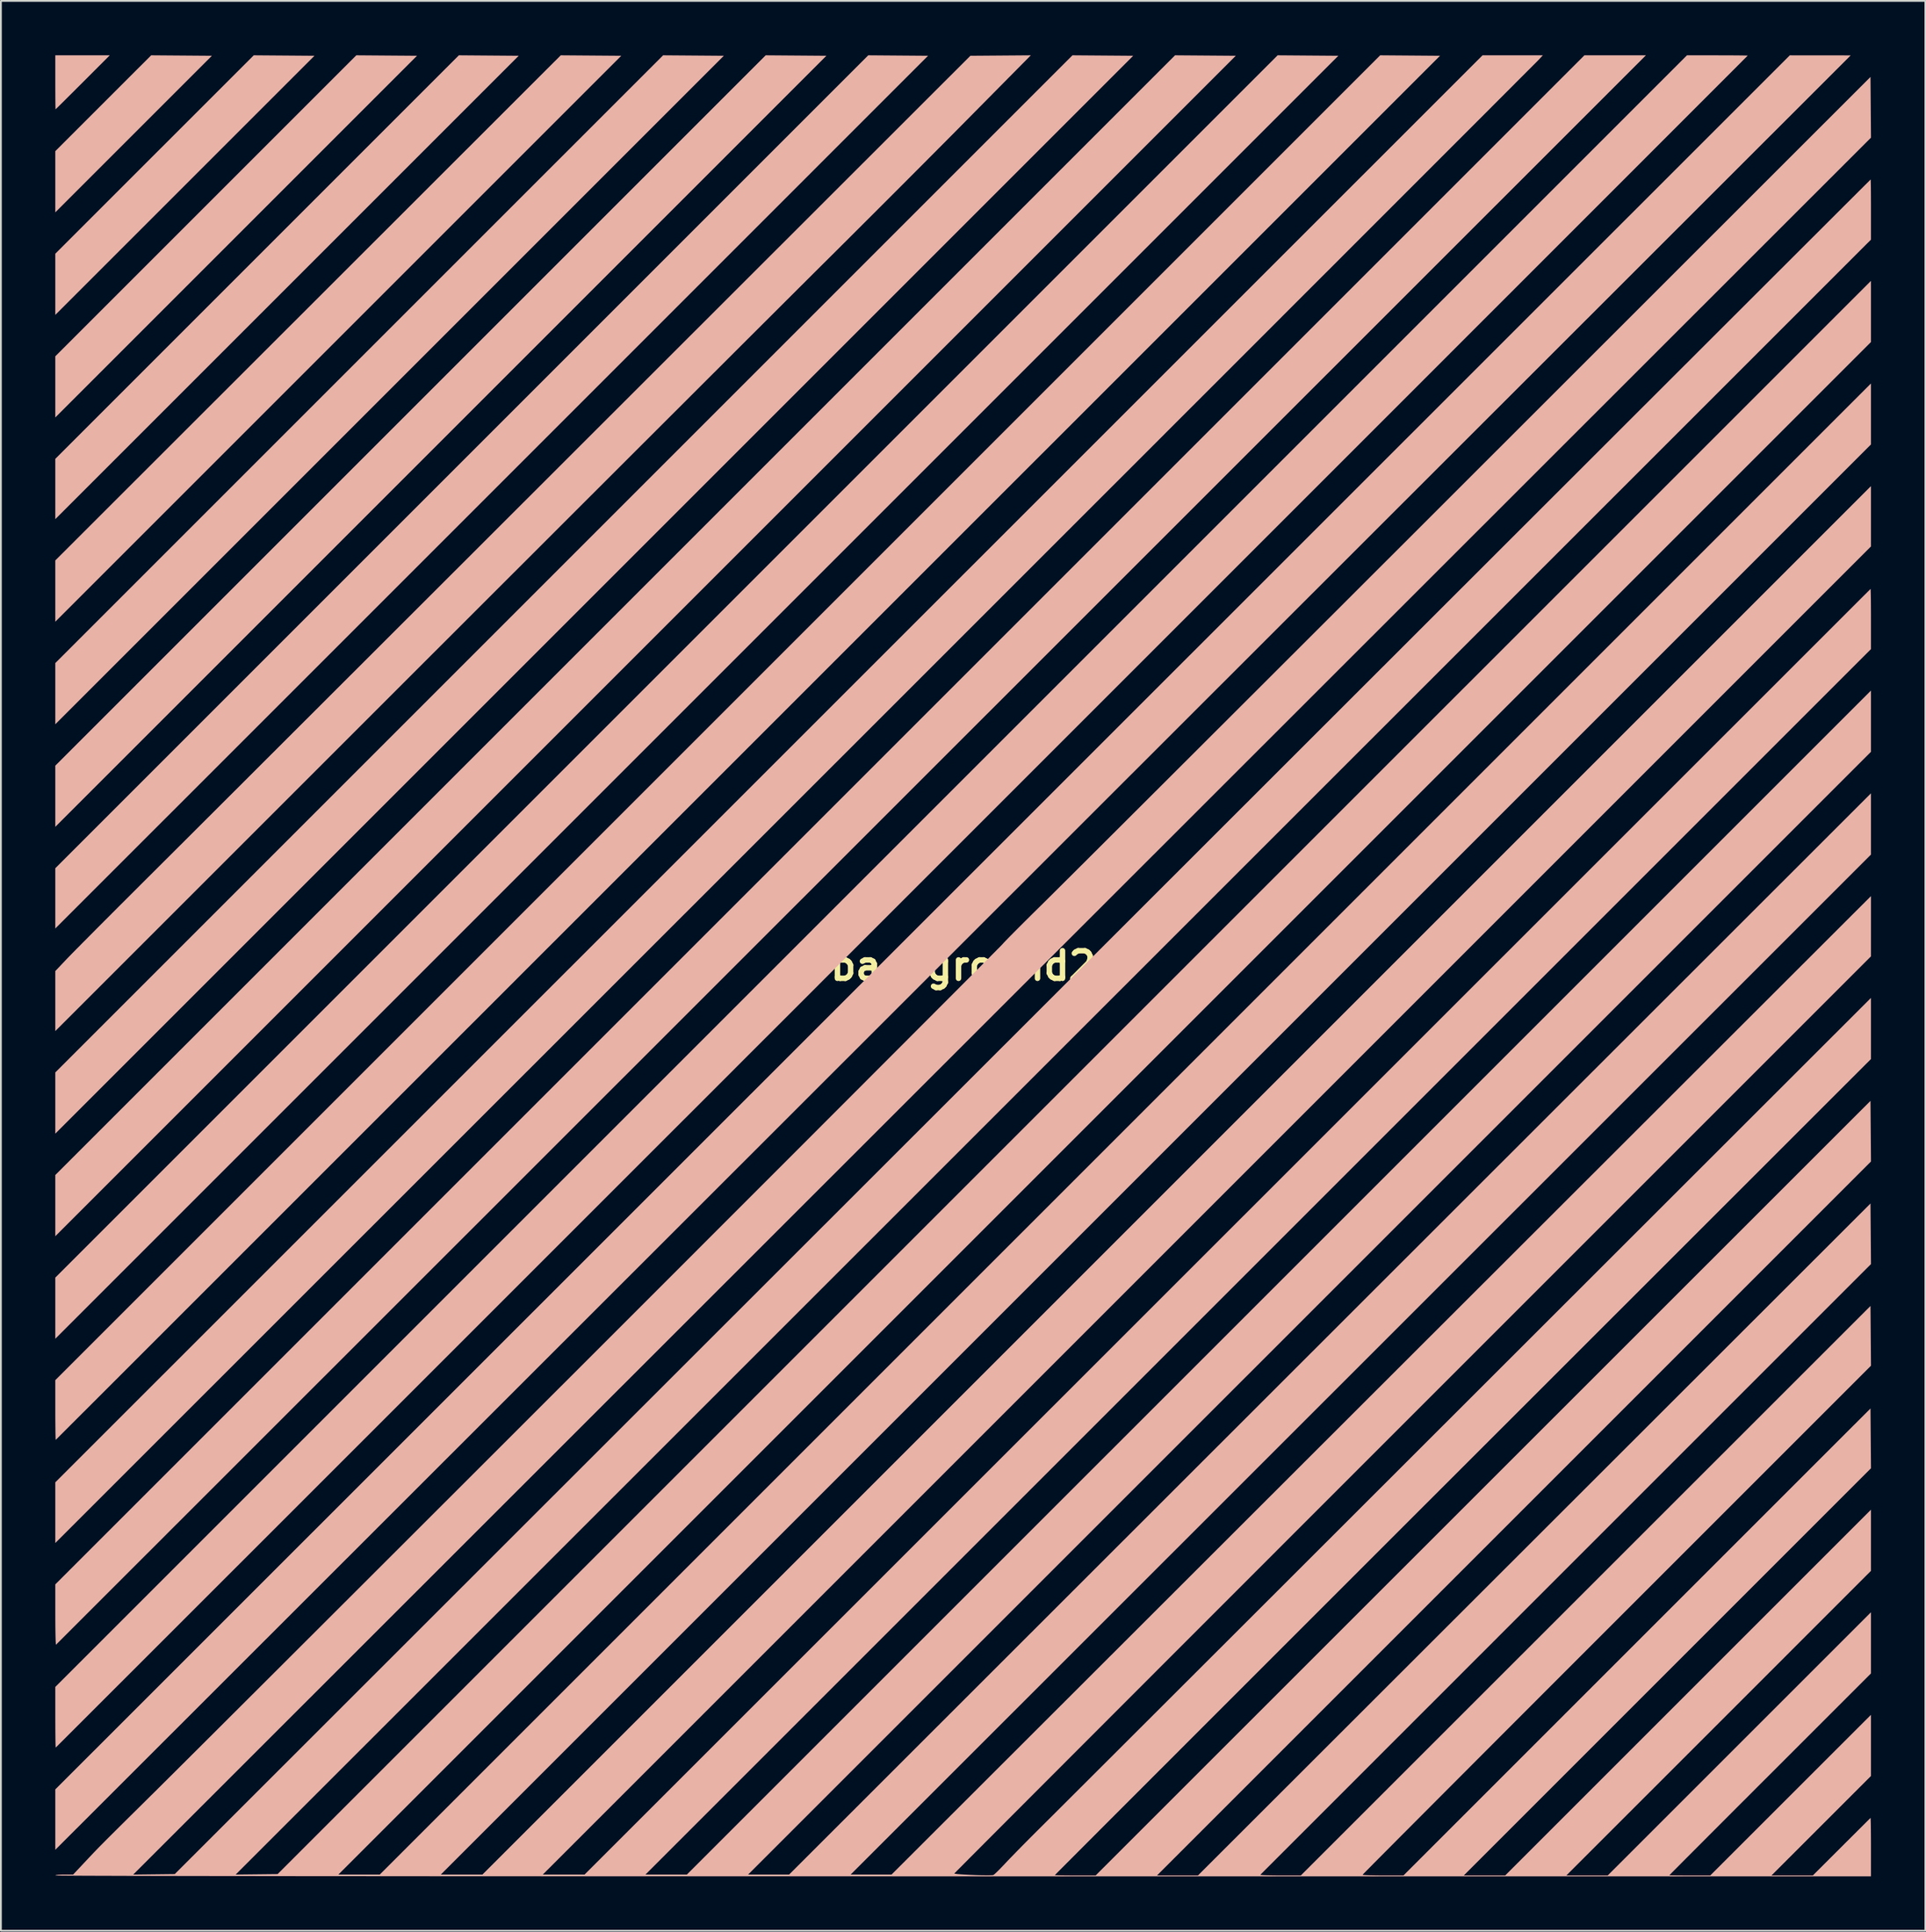
<source format=kicad_pcb>
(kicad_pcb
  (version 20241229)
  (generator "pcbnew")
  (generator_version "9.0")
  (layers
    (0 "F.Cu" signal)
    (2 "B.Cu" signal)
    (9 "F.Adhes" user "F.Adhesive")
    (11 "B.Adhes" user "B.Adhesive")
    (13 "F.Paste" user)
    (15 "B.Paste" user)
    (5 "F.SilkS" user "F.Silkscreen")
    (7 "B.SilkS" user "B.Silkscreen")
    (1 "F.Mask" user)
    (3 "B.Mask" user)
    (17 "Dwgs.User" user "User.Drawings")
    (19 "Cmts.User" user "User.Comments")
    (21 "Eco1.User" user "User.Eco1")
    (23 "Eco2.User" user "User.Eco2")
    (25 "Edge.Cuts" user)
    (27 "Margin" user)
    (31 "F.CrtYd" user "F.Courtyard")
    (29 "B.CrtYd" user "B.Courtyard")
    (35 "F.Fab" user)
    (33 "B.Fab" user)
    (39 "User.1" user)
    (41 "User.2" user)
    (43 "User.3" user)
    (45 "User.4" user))
  (footprint "background2"
    (layer "F.Cu")
    (at 50.056 50.206)
    (property "Reference" "background2" (at 0 0 0) (layer "F.SilkS") (effects (font (size 1.524 1.524) (thickness 0.3))))
    (attr board_only exclude_from_pos_files exclude_from_bom)
    (fp_poly (pts (xy -30.113 -50.18) (xy -50.056 -30.237) (xy -50.056 -33.61) (xy -33.46 -50.206)) (stroke (width 0) (type solid)) (fill yes) (layer "B.SilkS"))
    (fp_poly (pts (xy -43.097 -50.193) (xy -41.424 -50.18) (xy -50.056 -41.548) (xy -50.056 -44.922) (xy -47.413 -47.564) (xy -44.771 -50.206)) (stroke (width 0) (type solid)) (fill yes) (layer "B.SilkS"))
    (fp_poly (pts (xy -24.507 -50.18) (xy -37.281 -37.406) (xy -50.056 -24.631) (xy -50.056 -27.955) (xy -38.93 -39.081) (xy -27.805 -50.206)) (stroke (width 0) (type solid)) (fill yes) (layer "B.SilkS"))
    (fp_poly (pts (xy -13.196 -50.18) (xy -31.626 -31.75) (xy -50.056 -13.32) (xy -50.056 -16.694) (xy -33.3 -33.45) (xy -16.543 -50.206)) (stroke (width 0) (type solid)) (fill yes) (layer "B.SilkS"))
    (fp_poly (pts (xy -9.214 -50.193) (xy -7.541 -50.18) (xy -28.798 -28.922) (xy -50.056 -7.665) (xy -50.056 -11.038) (xy -10.888 -50.206)) (stroke (width 0) (type solid)) (fill yes) (layer "B.SilkS"))
    (fp_poly (pts (xy 9.376 -50.18) (xy -20.34 -20.464) (xy -50.056 9.252) (xy -50.056 5.879) (xy -22.013 -22.164) (xy 6.029 -50.206)) (stroke (width 0) (type solid)) (fill yes) (layer "B.SilkS"))
    (fp_poly (pts (xy 15.032 -50.18) (xy -17.512 -17.636) (xy -50.056 14.908) (xy -50.056 11.534) (xy -19.186 -19.336) (xy 11.684 -50.206)) (stroke (width 0) (type solid)) (fill yes) (layer "B.SilkS"))
    (fp_poly (pts (xy 19.014 -50.193) (xy 20.687 -50.18) (xy -50.056 20.563) (xy -50.056 17.19) (xy -16.358 -16.508) (xy 17.34 -50.206)) (stroke (width 0) (type solid)) (fill yes) (layer "B.SilkS"))
    (fp_poly (pts (xy -37.442 -50.193) (xy -35.768 -50.18) (xy -42.912 -43.036) (xy -50.056 -35.893) (xy -50.056 -39.266) (xy -44.586 -44.736) (xy -39.115 -50.206)) (stroke (width 0) (type solid)) (fill yes) (layer "B.SilkS"))
    (fp_poly (pts (xy -20.519 -50.193) (xy -18.851 -50.18) (xy -34.454 -34.578) (xy -50.056 -18.976) (xy -50.056 -22.354) (xy -36.121 -36.28) (xy -22.187 -50.206)) (stroke (width 0) (type solid)) (fill yes) (layer "B.SilkS"))
    (fp_poly (pts (xy -3.584 -50.193) (xy -1.935 -50.18) (xy -25.995 -26.119) (xy -50.056 -2.059) (xy -50.056 -5.383) (xy -27.644 -27.794) (xy -5.232 -50.206)) (stroke (width 0) (type solid)) (fill yes) (layer "B.SilkS"))
    (fp_poly (pts (xy -48.543 -48.716) (xy -48.859 -48.401) (xy -49.152 -48.108) (xy -49.416 -47.845) (xy -49.643 -47.62) (xy -49.826 -47.439) (xy -49.958 -47.309) (xy -50.031 -47.239) (xy -50.043 -47.228) (xy -50.046 -47.276) (xy -50.049 -47.41) (xy -50.052 -47.62) (xy -50.054 -47.893) (xy -50.055 -48.216) (xy -50.056 -48.578) (xy -50.056 -48.716) (xy -50.056 -50.205) (xy -47.055 -50.205)) (stroke (width 0) (type solid)) (fill yes) (layer "B.SilkS"))
    (fp_poly (pts (xy 47.261 -50.203) (xy 48.94 -50.202) (xy 12.601 -13.883) (xy 10.924 -12.206) (xy 9.238 -10.522) (xy 7.546 -8.831) (xy 5.85 -7.136) (xy 4.153 -5.439) (xy 2.456 -3.743) (xy 0.762 -2.05) (xy -0.926 -0.363) (xy -2.608 1.318) (xy -4.28 2.989) (xy -5.94 4.648) (xy -7.586 6.293) (xy -9.215 7.922) (xy -10.826 9.532) (xy -12.416 11.121) (xy -13.982 12.687) (xy -15.524 14.227) (xy -17.037 15.74) (xy -18.521 17.223) (xy -19.973 18.674) (xy -21.39 20.09) (xy -22.771 21.47) (xy -24.112 22.811) (xy -25.413 24.111) (xy -26.67 25.367) (xy -27.881 26.578) (xy -29.044 27.74) (xy -30.157 28.853) (xy -31.218 29.913) (xy -32.224 30.918) (xy -33.173 31.867) (xy -34.062 32.756) (xy -34.891 33.584) (xy -35.655 34.348) (xy -36.354 35.046) (xy -36.897 35.589) (xy -50.056 48.741) (xy -50.056 45.411) (xy 45.582 -50.205)) (stroke (width 0) (type solid)) (fill yes) (layer "B.SilkS"))
    (fp_poly (pts (xy 31.72 -49.944) (xy 31.675 -49.899) (xy 31.562 -49.784) (xy 31.38 -49.602) (xy 31.133 -49.354) (xy 30.821 -49.042) (xy 30.446 -48.667) (xy 30.01 -48.229) (xy 29.512 -47.731) (xy 28.956 -47.174) (xy 28.342 -46.56) (xy 27.671 -45.889) (xy 26.946 -45.164) (xy 26.168 -44.385) (xy 25.337 -43.553) (xy 24.455 -42.672) (xy 23.524 -41.74) (xy 22.545 -40.761) (xy 21.52 -39.736) (xy 20.45 -38.665) (xy 19.335 -37.551) (xy 18.178 -36.394) (xy 16.981 -35.196) (xy 15.743 -33.958) (xy 14.468 -32.683) (xy 13.155 -31.37) (xy 11.807 -30.023) (xy 10.426 -28.641) (xy 9.011 -27.226) (xy 7.565 -25.781) (xy 6.089 -24.305) (xy 4.585 -22.801) (xy 3.054 -21.27) (xy 1.497 -19.713) (xy -0.085 -18.132) (xy -1.689 -16.528) (xy -3.315 -14.902) (xy -4.961 -13.257) (xy -6.626 -11.592) (xy -8.308 -9.911) (xy -9.289 -8.93) (xy -50.056 31.824) (xy -50.056 28.479) (xy -10.709 -10.863) (xy 28.638 -50.205) (xy 31.963 -50.205)) (stroke (width 0) (type solid)) (fill yes) (layer "B.SilkS"))
    (fp_poly (pts (xy 26.294 -50.18) (xy -11.858 -12.03) (xy -13.493 -10.395) (xy -15.111 -8.778) (xy -16.711 -7.178) (xy -18.291 -5.598) (xy -19.849 -4.04) (xy -21.385 -2.504) (xy -22.897 -0.993) (xy -24.383 0.493) (xy -25.842 1.953) (xy -27.273 3.383) (xy -28.674 4.784) (xy -30.044 6.154) (xy -31.381 7.491) (xy -32.684 8.794) (xy -33.952 10.062) (xy -35.183 11.292) (xy -36.375 12.484) (xy -37.527 13.637) (xy -38.639 14.748) (xy -39.708 15.816) (xy -40.732 16.841) (xy -41.711 17.82) (xy -42.644 18.752) (xy -43.528 19.636) (xy -44.362 20.47) (xy -45.145 21.253) (xy -45.875 21.983) (xy -46.551 22.659) (xy -47.172 23.28) (xy -47.736 23.844) (xy -48.242 24.35) (xy -48.688 24.795) (xy -49.073 25.18) (xy -49.395 25.502) (xy -49.653 25.76) (xy -49.846 25.953) (xy -49.972 26.079) (xy -50.029 26.136) (xy -50.033 26.14) (xy -50.039 26.097) (xy -50.043 25.967) (xy -50.048 25.76) (xy -50.051 25.487) (xy -50.054 25.161) (xy -50.056 24.791) (xy -50.056 24.503) (xy -50.056 22.845) (xy -13.53 -13.68) (xy 22.995 -50.206)) (stroke (width 0) (type solid)) (fill yes) (layer "B.SilkS"))
    (fp_poly (pts (xy -6.167 -6.404) (xy -7.92 -4.651) (xy -9.656 -2.916) (xy -11.374 -1.199) (xy -13.072 0.499) (xy -14.749 2.176) (xy -16.405 3.831) (xy -18.036 5.462) (xy -19.643 7.068) (xy -21.224 8.648) (xy -22.777 10.201) (xy -24.301 11.725) (xy -25.795 13.219) (xy -27.258 14.681) (xy -28.688 16.11) (xy -30.084 17.505) (xy -31.444 18.865) (xy -32.767 20.188) (xy -34.052 21.473) (xy -35.298 22.718) (xy -36.503 23.922) (xy -37.665 25.085) (xy -38.785 26.204) (xy -39.859 27.278) (xy -40.887 28.306) (xy -41.868 29.286) (xy -42.8 30.218) (xy -43.682 31.099) (xy -44.512 31.93) (xy -45.29 32.707) (xy -46.013 33.43) (xy -46.681 34.098) (xy -47.293 34.709) (xy -47.846 35.262) (xy -48.339 35.755) (xy -48.772 36.188) (xy -49.143 36.559) (xy -49.45 36.866) (xy -49.693 37.109) (xy -49.869 37.285) (xy -49.978 37.394) (xy -50.018 37.434) (xy -50.019 37.434) (xy -50.027 37.396) (xy -50.035 37.269) (xy -50.042 37.065) (xy -50.048 36.795) (xy -50.053 36.47) (xy -50.055 36.101) (xy -50.056 35.789) (xy -50.056 34.106) (xy -7.9 -8.049) (xy 34.255 -50.205) (xy 37.647 -50.205)) (stroke (width 0) (type solid)) (fill yes) (layer "B.SilkS"))
    (fp_poly (pts (xy 0.192 -46.628) (xy -0.351 -46.079) (xy -0.954 -45.472) (xy -1.606 -44.817) (xy -2.296 -44.124) (xy -3.013 -43.405) (xy -3.747 -42.67) (xy -4.486 -41.931) (xy -5.22 -41.198) (xy -5.937 -40.482) (xy -6.628 -39.793) (xy -7.281 -39.143) (xy -7.565 -38.861) (xy -7.863 -38.565) (xy -8.228 -38.202) (xy -8.658 -37.773) (xy -9.15 -37.283) (xy -9.702 -36.733) (xy -10.31 -36.126) (xy -10.973 -35.465) (xy -11.688 -34.752) (xy -12.451 -33.99) (xy -13.261 -33.181) (xy -14.115 -32.329) (xy -15.009 -31.436) (xy -15.942 -30.504) (xy -16.911 -29.537) (xy -17.913 -28.536) (xy -18.945 -27.505) (xy -20.005 -26.446) (xy -21.091 -25.361) (xy -22.199 -24.254) (xy -23.326 -23.127) (xy -24.471 -21.983) (xy -25.631 -20.824) (xy -26.803 -19.653) (xy -27.983 -18.473) (xy -29.171 -17.286) (xy -30.363 -16.094) (xy -30.919 -15.538) (xy -50.056 3.597) (xy -50.056 0.288) (xy -49.399 -0.405) (xy -49.279 -0.529) (xy -49.095 -0.718) (xy -48.85 -0.966) (xy -48.55 -1.269) (xy -48.2 -1.621) (xy -47.806 -2.018) (xy -47.371 -2.454) (xy -46.902 -2.924) (xy -46.403 -3.423) (xy -45.88 -3.945) (xy -45.338 -4.487) (xy -44.781 -5.042) (xy -44.351 -5.471) (xy -44.05 -5.771) (xy -43.681 -6.139) (xy -43.247 -6.571) (xy -42.751 -7.066) (xy -42.195 -7.621) (xy -41.581 -8.234) (xy -40.913 -8.901) (xy -40.192 -9.62) (xy -39.422 -10.389) (xy -38.605 -11.205) (xy -37.744 -12.065) (xy -36.84 -12.968) (xy -35.897 -13.909) (xy -34.918 -14.888) (xy -33.904 -15.9) (xy -32.858 -16.945) (xy -31.784 -18.018) (xy -30.683 -19.118) (xy -29.558 -20.242) (xy -28.412 -21.387) (xy -27.246 -22.551) (xy -26.065 -23.732) (xy -24.87 -24.926) (xy -23.664 -26.131) (xy -22.449 -27.345) (xy -21.229 -28.565) (xy -20.005 -29.788) (xy -19.781 -30.012) (xy 0.399 -50.18) (xy 2.066 -50.193) (xy 3.732 -50.206)) (stroke (width 0) (type solid)) (fill yes) (layer "B.SilkS"))
    (fp_poly (pts (xy 41.981 -50.204) (xy 42.344 -50.203) (xy 42.662 -50.201) (xy 42.924 -50.198) (xy 43.118 -50.195) (xy 43.232 -50.191) (xy 43.259 -50.188) (xy 43.225 -50.153) (xy 43.121 -50.049) (xy 42.951 -49.879) (xy 42.715 -49.642) (xy 42.415 -49.342) (xy 42.053 -48.98) (xy 41.63 -48.557) (xy 41.148 -48.074) (xy 40.609 -47.535) (xy 40.013 -46.939) (xy 39.363 -46.288) (xy 38.66 -45.585) (xy 37.906 -44.831) (xy 37.102 -44.026) (xy 36.25 -43.174) (xy 35.351 -42.275) (xy 34.407 -41.331) (xy 33.42 -40.344) (xy 32.391 -39.314) (xy 31.322 -38.245) (xy 30.214 -37.136) (xy 29.068 -35.991) (xy 27.887 -34.81) (xy 26.672 -33.594) (xy 25.425 -32.347) (xy 24.147 -31.068) (xy 22.839 -29.761) (xy 21.504 -28.425) (xy 20.142 -27.063) (xy 18.756 -25.677) (xy 17.347 -24.268) (xy 15.916 -22.837) (xy 14.466 -21.386) (xy 12.997 -19.917) (xy 11.511 -18.432) (xy 10.011 -16.931) (xy 8.496 -15.416) (xy 6.97 -13.89) (xy 5.433 -12.353) (xy 3.887 -10.807) (xy 2.334 -9.254) (xy 0.775 -7.695) (xy -0.788 -6.132) (xy -2.353 -4.567) (xy -3.92 -3) (xy -5.486 -1.434) (xy -7.05 0.13) (xy -8.61 1.691) (xy -10.165 3.246) (xy -11.714 4.794) (xy -13.253 6.334) (xy -14.783 7.864) (xy -16.302 9.382) (xy -17.807 10.887) (xy -19.298 12.378) (xy -20.772 13.852) (xy -22.229 15.308) (xy -23.666 16.745) (xy -25.082 18.162) (xy -26.476 19.555) (xy -27.845 20.925) (xy -29.189 22.268) (xy -30.506 23.585) (xy -31.794 24.873) (xy -33.051 26.13) (xy -34.277 27.355) (xy -35.469 28.547) (xy -36.625 29.704) (xy -37.746 30.824) (xy -38.828 31.906) (xy -39.87 32.948) (xy -40.871 33.948) (xy -41.829 34.906) (xy -42.742 35.819) (xy -43.609 36.686) (xy -44.429 37.505) (xy -45.199 38.275) (xy -45.919 38.995) (xy -46.586 39.661) (xy -47.199 40.274) (xy -47.757 40.832) (xy -48.257 41.332) (xy -48.699 41.774) (xy -49.081 42.155) (xy -49.401 42.475) (xy -49.657 42.731) (xy -49.849 42.922) (xy -49.974 43.047) (xy -50.031 43.103) (xy -50.034 43.106) (xy -50.039 43.064) (xy -50.044 42.933) (xy -50.048 42.726) (xy -50.051 42.452) (xy -50.054 42.125) (xy -50.055 41.755) (xy -50.056 41.444) (xy -50.056 39.762) (xy -5.073 -5.221) (xy 39.911 -50.205) (xy 41.585 -50.205)) (stroke (width 0) (type solid)) (fill yes) (layer "B.SilkS"))
    (fp_poly (pts (xy 50.057 -45.665) (xy 2.149 2.221) (xy -45.76 50.107) (xy -43.469 50.081) (xy 3.277 3.361) (xy 5.088 1.551) (xy 6.882 -0.242) (xy 8.658 -2.016) (xy 10.414 -3.772) (xy 12.15 -5.506) (xy 13.863 -7.219) (xy 15.554 -8.908) (xy 17.219 -10.573) (xy 18.859 -12.211) (xy 20.472 -13.823) (xy 22.056 -15.406) (xy 23.611 -16.959) (xy 25.134 -18.482) (xy 26.625 -19.972) (xy 28.083 -21.428) (xy 29.506 -22.85) (xy 30.892 -24.235) (xy 32.241 -25.583) (xy 33.552 -26.892) (xy 34.822 -28.162) (xy 36.051 -29.39) (xy 37.237 -30.575) (xy 38.38 -31.716) (xy 39.477 -32.812) (xy 40.528 -33.862) (xy 41.531 -34.864) (xy 42.485 -35.817) (xy 43.389 -36.72) (xy 44.241 -37.571) (xy 45.04 -38.369) (xy 45.785 -39.113) (xy 46.474 -39.801) (xy 47.107 -40.433) (xy 47.681 -41.007) (xy 48.197 -41.521) (xy 48.651 -41.975) (xy 49.044 -42.367) (xy 49.373 -42.696) (xy 49.638 -42.96) (xy 49.838 -43.158) (xy 49.97 -43.29) (xy 50.034 -43.353) (xy 50.04 -43.359) (xy 50.043 -43.311) (xy 50.047 -43.175) (xy 50.05 -42.964) (xy 50.053 -42.687) (xy 50.055 -42.358) (xy 50.056 -41.986) (xy 50.056 -41.7) (xy 50.056 -40.041) (xy 4.973 5.033) (xy -40.109 50.106) (xy -37.797 50.081) (xy 6.13 6.156) (xy 50.056 -37.768) (xy 50.056 -34.395) (xy 7.805 7.855) (xy -34.445 50.105) (xy -32.162 50.105) (xy 8.947 8.998) (xy 50.056 -32.11) (xy 50.056 -28.749) (xy 10.629 10.678) (xy -28.798 50.105) (xy -26.502 50.105) (xy 11.777 11.827) (xy 50.056 -26.451) (xy 50.056 -23.124) (xy 13.44 13.491) (xy -23.175 50.105) (xy -20.87 50.105) (xy 14.571 14.672) (xy 16.147 13.097) (xy 17.706 11.539) (xy 19.246 9.999) (xy 20.766 8.479) (xy 22.264 6.981) (xy 23.74 5.506) (xy 25.191 4.055) (xy 26.616 2.63) (xy 28.014 1.232) (xy 29.383 -0.137) (xy 30.722 -1.475) (xy 32.029 -2.782) (xy 33.303 -4.055) (xy 34.541 -5.294) (xy 35.744 -6.496) (xy 36.909 -7.66) (xy 38.034 -8.786) (xy 39.119 -9.87) (xy 40.162 -10.913) (xy 41.161 -11.912) (xy 42.115 -12.866) (xy 43.023 -13.773) (xy 43.882 -14.632) (xy 44.692 -15.441) (xy 45.45 -16.2) (xy 46.156 -16.906) (xy 46.808 -17.558) (xy 47.405 -18.154) (xy 47.945 -18.694) (xy 48.426 -19.175) (xy 48.847 -19.596) (xy 49.207 -19.956) (xy 49.504 -20.253) (xy 49.737 -20.485) (xy 49.904 -20.652) (xy 50.003 -20.751) (xy 50.034 -20.782) (xy 50.039 -20.74) (xy 50.044 -20.609) (xy 50.048 -20.402) (xy 50.052 -20.129) (xy 50.054 -19.802) (xy 50.056 -19.432) (xy 50.056 -19.133) (xy 50.056 -17.463) (xy 16.271 16.321) (xy -17.514 50.105) (xy -15.23 50.105) (xy 17.413 17.464) (xy 50.056 -15.177) (xy 50.056 -11.8) (xy 19.101 19.153) (xy -11.853 50.105) (xy -9.592 50.105) (xy 50.056 -9.511) (xy 50.056 -6.134) (xy 21.929 21.986) (xy -6.199 50.105) (xy -5.071 50.105) (xy -3.944 50.105) (xy 50.057 -3.845) (xy 50.057 -2.183) (xy 50.056 -0.521) (xy 24.793 24.741) (xy 23.464 26.07) (xy 22.152 27.382) (xy 20.86 28.675) (xy 19.588 29.947) (xy 18.338 31.197) (xy 17.114 32.422) (xy 15.915 33.621) (xy 14.744 34.793) (xy 13.602 35.935) (xy 12.492 37.046) (xy 11.415 38.123) (xy 10.373 39.166) (xy 9.367 40.173) (xy 8.4 41.141) (xy 7.472 42.07) (xy 6.587 42.956) (xy 5.745 43.799) (xy 4.948 44.597) (xy 4.199 45.347) (xy 3.498 46.049) (xy 2.848 46.7) (xy 2.251 47.299) (xy 1.707 47.844) (xy 1.219 48.333) (xy 0.789 48.765) (xy 0.418 49.137) (xy 0.109 49.448) (xy -0.138 49.697) (xy -0.321 49.88) (xy -0.436 49.998) (xy -0.484 50.047) (xy -0.485 50.049) (xy -0.444 50.064) (xy -0.32 50.079) (xy -0.131 50.095) (xy 0.106 50.109) (xy 0.373 50.123) (xy 0.654 50.134) (xy 0.931 50.142) (xy 1.188 50.146) (xy 1.406 50.147) (xy 1.57 50.143) (xy 1.661 50.134) (xy 1.667 50.132) (xy 1.732 50.085) (xy 1.849 49.977) (xy 2.005 49.823) (xy 2.187 49.634) (xy 2.307 49.507) (xy 2.466 49.338) (xy 2.685 49.111) (xy 2.951 48.838) (xy 3.253 48.53) (xy 3.58 48.2) (xy 3.921 47.858) (xy 4.263 47.517) (xy 4.316 47.464) (xy 4.434 47.347) (xy 4.62 47.161) (xy 4.873 46.91) (xy 5.189 46.594) (xy 5.568 46.217) (xy 6.006 45.779) (xy 6.502 45.284) (xy 7.055 44.732) (xy 7.661 44.127) (xy 8.319 43.47) (xy 9.027 42.763) (xy 9.782 42.009) (xy 10.583 41.209) (xy 11.428 40.365) (xy 12.315 39.479) (xy 13.241 38.554) (xy 14.205 37.592) (xy 15.204 36.593) (xy 16.237 35.562) (xy 17.301 34.499) (xy 18.395 33.406) (xy 19.516 32.286) (xy 20.662 31.141) (xy 21.831 29.973) (xy 23.022 28.783) (xy 24.232 27.574) (xy 25.459 26.348) (xy 26.702 25.106) (xy 27.918 23.891) (xy 50.056 1.77) (xy 50.056 5.141) (xy 27.558 27.629) (xy 26.304 28.882) (xy 25.068 30.117) (xy 23.851 31.334) (xy 22.655 32.529) (xy 21.483 33.702) (xy 20.335 34.849) (xy 19.214 35.97) (xy 18.121 37.063) (xy 17.059 38.125) (xy 16.029 39.155) (xy 15.034 40.151) (xy 14.074 41.11) (xy 13.152 42.032) (xy 12.27 42.915) (xy 11.43 43.756) (xy 10.632 44.553) (xy 9.881 45.305) (xy 9.176 46.01) (xy 8.52 46.667) (xy 7.915 47.272) (xy 7.363 47.825) (xy 6.866 48.323) (xy 6.425 48.765) (xy 6.042 49.149) (xy 5.719 49.472) (xy 5.458 49.734) (xy 5.261 49.932) (xy 5.13 50.064) (xy 5.066 50.129) (xy 5.06 50.136) (xy 5.107 50.141) (xy 5.24 50.146) (xy 5.444 50.15) (xy 5.705 50.153) (xy 6.01 50.155) (xy 6.184 50.155) (xy 7.308 50.155) (xy 28.67 28.8) (xy 50.031 7.446) (xy 50.044 9.117) (xy 50.057 10.789) (xy 10.691 50.155) (xy 12.95 50.155) (xy 31.491 31.631) (xy 50.031 13.106) (xy 50.044 14.776) (xy 50.057 16.446) (xy 33.24 33.263) (xy 32.157 34.346) (xy 31.092 35.411) (xy 30.046 36.457) (xy 29.023 37.481) (xy 28.023 38.48) (xy 27.05 39.454) (xy 26.105 40.399) (xy 25.19 41.313) (xy 24.309 42.195) (xy 23.461 43.042) (xy 22.651 43.853) (xy 21.88 44.624) (xy 21.151 45.354) (xy 20.465 46.04) (xy 19.824 46.681) (xy 19.231 47.274) (xy 18.688 47.817) (xy 18.197 48.308) (xy 17.76 48.746) (xy 17.379 49.126) (xy 17.057 49.449) (xy 16.796 49.71) (xy 16.597 49.909) (xy 16.463 50.043) (xy 16.396 50.11) (xy 16.389 50.118) (xy 16.426 50.128) (xy 16.549 50.138) (xy 16.745 50.146) (xy 17 50.151) (xy 17.301 50.155) (xy 17.489 50.155) (xy 18.623 50.155) (xy 34.327 34.455) (xy 50.031 18.755) (xy 50.044 20.402) (xy 50.057 22.05) (xy 36.042 36.065) (xy 35.054 37.053) (xy 34.084 38.023) (xy 33.135 38.973) (xy 32.208 39.9) (xy 31.306 40.803) (xy 30.432 41.678) (xy 29.587 42.524) (xy 28.774 43.338) (xy 27.996 44.118) (xy 27.255 44.861) (xy 26.552 45.565) (xy 25.891 46.228) (xy 25.274 46.847) (xy 24.703 47.42) (xy 24.18 47.944) (xy 23.709 48.418) (xy 23.29 48.839) (xy 22.927 49.204) (xy 22.622 49.511) (xy 22.378 49.759) (xy 22.195 49.943) (xy 22.078 50.063) (xy 22.028 50.116) (xy 22.027 50.118) (xy 22.074 50.129) (xy 22.206 50.138) (xy 22.41 50.146) (xy 22.672 50.151) (xy 22.977 50.155) (xy 23.154 50.155) (xy 24.282 50.155) (xy 37.156 37.281) (xy 50.031 24.408) (xy 50.044 26.057) (xy 50.057 27.705) (xy 38.832 38.93) (xy 27.608 50.155) (xy 29.89 50.155) (xy 39.973 40.072) (xy 50.056 29.989) (xy 50.056 33.362) (xy 41.66 41.759) (xy 33.263 50.155) (xy 35.544 50.155) (xy 42.8 42.9) (xy 50.056 35.645) (xy 50.056 39.018) (xy 44.5 44.574) (xy 43.881 45.192) (xy 43.282 45.792) (xy 42.705 46.368) (xy 42.156 46.918) (xy 41.637 47.438) (xy 41.152 47.923) (xy 40.706 48.371) (xy 40.301 48.776) (xy 39.941 49.137) (xy 39.631 49.448) (xy 39.374 49.707) (xy 39.173 49.909) (xy 39.033 50.05) (xy 38.957 50.128) (xy 38.943 50.142) (xy 38.991 50.146) (xy 39.123 50.149) (xy 39.327 50.152) (xy 39.589 50.154) (xy 39.893 50.155) (xy 40.071 50.155) (xy 41.199 50.155) (xy 45.628 45.728) (xy 50.056 41.301) (xy 50.056 44.673) (xy 44.574 50.155) (xy 46.854 50.155) (xy 48.432 48.58) (xy 48.758 48.254) (xy 49.063 47.951) (xy 49.338 47.676) (xy 49.578 47.437) (xy 49.774 47.241) (xy 49.92 47.096) (xy 50.008 47.008) (xy 50.033 46.984) (xy 50.038 47.027) (xy 50.043 47.157) (xy 50.048 47.364) (xy 50.051 47.636) (xy 50.054 47.961) (xy 50.056 48.328) (xy 50.056 48.584) (xy 50.056 50.205) (xy 0 50.205) (xy -3.096 50.205) (xy -6.094 50.204) (xy -8.992 50.204) (xy -11.792 50.204) (xy -14.494 50.203) (xy -17.097 50.203) (xy -19.6 50.202) (xy -22.006 50.202) (xy -24.312 50.201) (xy -26.52 50.2) (xy -28.628 50.199) (xy -30.638 50.198) (xy -32.549 50.196) (xy -34.362 50.195) (xy -36.075 50.194) (xy -37.689 50.192) (xy -39.205 50.19) (xy -40.622 50.189) (xy -41.939 50.187) (xy -43.158 50.185) (xy -44.277 50.183) (xy -45.298 50.181) (xy -46.219 50.179) (xy -47.042 50.176) (xy -47.765 50.174) (xy -48.39 50.172) (xy -48.915 50.169) (xy -49.341 50.166) (xy -49.668 50.163) (xy -49.896 50.161) (xy -50.024 50.158) (xy -50.056 50.155) (xy -50.009 50.132) (xy -49.877 50.115) (xy -49.675 50.106) (xy -49.564 50.105) (xy -49.071 50.105) (xy -48.41 49.401) (xy -48.271 49.253) (xy -48.147 49.121) (xy -48.031 48.998) (xy -47.918 48.88) (xy -47.803 48.76) (xy -47.68 48.633) (xy -47.544 48.495) (xy -47.388 48.338) (xy -47.209 48.157) (xy -46.999 47.948) (xy -46.754 47.704) (xy -46.468 47.42) (xy -46.135 47.09) (xy -45.75 46.709) (xy -45.307 46.271) (xy -44.802 45.77) (xy -44.622 45.593) (xy -44.36 45.333) (xy -44.038 45.012) (xy -43.656 44.633) (xy -43.219 44.198) (xy -42.728 43.709) (xy -42.186 43.169) (xy -41.593 42.578) (xy -40.954 41.941) (xy -40.27 41.258) (xy -39.543 40.533) (xy -38.775 39.767) (xy -37.969 38.963) (xy -37.127 38.122) (xy -36.252 37.248) (xy -35.344 36.342) (xy -34.407 35.406) (xy -33.443 34.443) (xy -32.454 33.455) (xy -31.443 32.445) (xy -30.41 31.413) (xy -29.36 30.364) (xy -28.293 29.298) (xy -27.213 28.218) (xy -26.121 27.127) (xy -25.019 26.026) (xy -23.911 24.918) (xy -22.797 23.804) (xy -21.681 22.689) (xy -20.564 21.572) (xy -19.449 20.457) (xy -18.338 19.346) (xy -17.233 18.241) (xy -16.137 17.145) (xy -15.051 16.059) (xy -13.978 14.985) (xy -12.92 13.927) (xy -11.879 12.886) (xy -10.858 11.865) (xy -9.858 10.865) (xy -8.883 9.889) (xy -7.934 8.939) (xy -7.013 8.017) (xy -6.123 7.126) (xy -5.266 6.268) (xy -4.443 5.444) (xy -3.658 4.658) (xy -2.913 3.912) (xy -2.209 3.207) (xy -1.55 2.546) (xy -0.936 1.931) (xy -0.371 1.365) (xy 0.143 0.849) (xy 0.604 0.386) (xy 1.011 -0.023) (xy 1.36 -0.373) (xy 1.649 -0.665) (xy 1.877 -0.895) (xy 2.041 -1.06) (xy 2.138 -1.16) (xy 2.167 -1.191) (xy 2.235 -1.267) (xy 2.367 -1.405) (xy 2.556 -1.599) (xy 2.794 -1.84) (xy 3.075 -2.122) (xy 3.392 -2.438) (xy 3.736 -2.78) (xy 4.102 -3.142) (xy 4.338 -3.373) (xy 4.487 -3.521) (xy 4.704 -3.736) (xy 4.988 -4.018) (xy 5.335 -4.363) (xy 5.744 -4.77) (xy 6.212 -5.236) (xy 6.738 -5.76) (xy 7.319 -6.339) (xy 7.953 -6.972) (xy 8.639 -7.655) (xy 9.373 -8.388) (xy 10.155 -9.168) (xy 10.981 -9.992) (xy 11.849 -10.859) (xy 12.759 -11.767) (xy 13.706 -12.713) (xy 14.69 -13.695) (xy 15.708 -14.712) (xy 16.758 -15.76) (xy 17.838 -16.839) (xy 18.946 -17.946) (xy 20.08 -19.078) (xy 21.237 -20.234) (xy 22.415 -21.412) (xy 23.613 -22.608) (xy 24.829 -23.823) (xy 26.059 -25.052) (xy 27.302 -26.295) (xy 28.181 -27.174) (xy 50.031 -49.014)) (stroke (width 0) (type solid)) (fill yes) (layer "B.SilkS")))
  (gr_rect
    (start -3 -3)
    (end 103.113 103.411)
    (stroke (width 0.1) (type default))
    (fill no)
    (layer "Edge.Cuts")))
</source>
